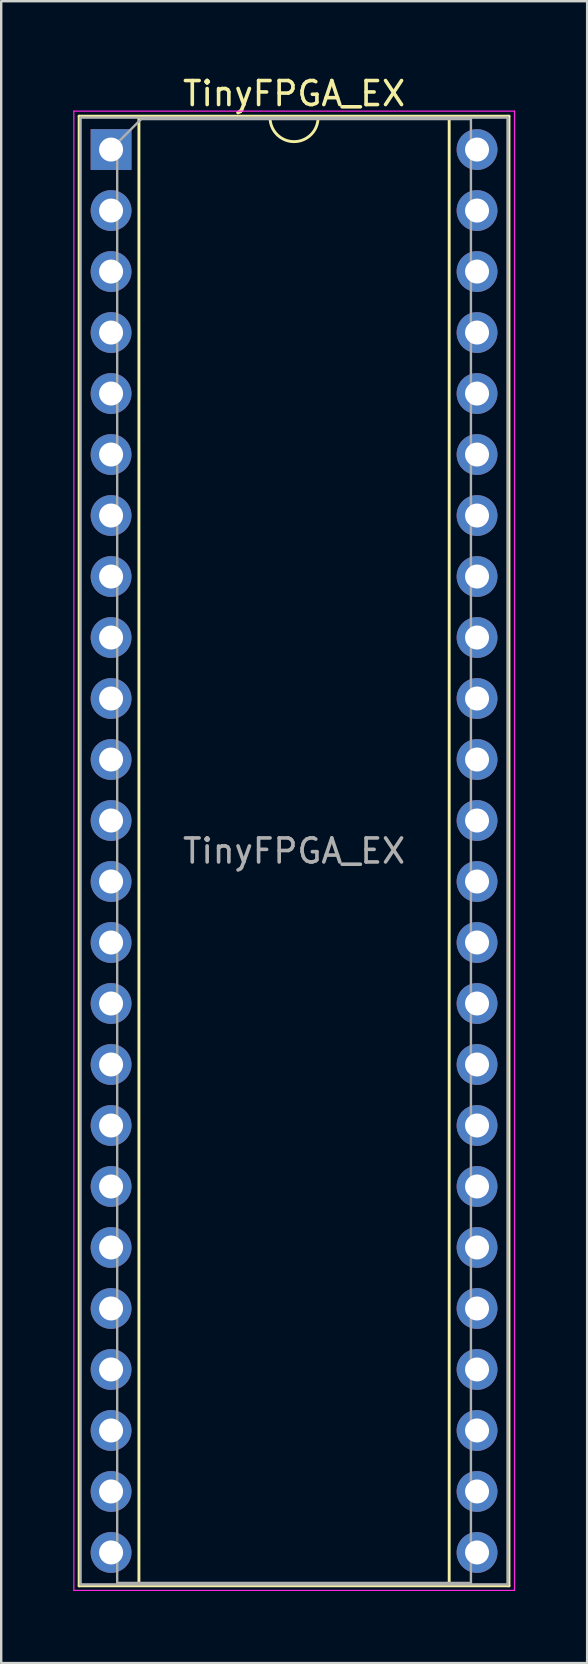
<source format=kicad_pcb>
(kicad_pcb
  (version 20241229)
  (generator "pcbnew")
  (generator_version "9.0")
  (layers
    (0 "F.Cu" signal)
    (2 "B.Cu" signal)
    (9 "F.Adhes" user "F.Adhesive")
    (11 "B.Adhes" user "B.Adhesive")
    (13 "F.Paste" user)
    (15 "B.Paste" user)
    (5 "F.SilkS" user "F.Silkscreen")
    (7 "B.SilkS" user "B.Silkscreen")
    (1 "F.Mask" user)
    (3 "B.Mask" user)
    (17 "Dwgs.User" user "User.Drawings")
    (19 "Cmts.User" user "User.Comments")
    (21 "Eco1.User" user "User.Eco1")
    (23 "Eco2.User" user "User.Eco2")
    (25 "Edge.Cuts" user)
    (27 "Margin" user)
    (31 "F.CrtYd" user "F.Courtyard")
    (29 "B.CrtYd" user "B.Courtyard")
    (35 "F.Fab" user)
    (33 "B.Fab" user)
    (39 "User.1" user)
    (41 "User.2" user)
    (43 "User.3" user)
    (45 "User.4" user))
  (footprint "TinyFPGA_EX"
    (layer "F.Cu")
    (at 1.575 3.178)
    (property "Reference" "TinyFPGA_EX" (at 7.62 -2.33 0) (layer "F.SilkS") (effects (font (size 1 1) (thickness 0.15))))
    (attr through_hole)
    (fp_line (start -1.33 -1.39) (end -1.33 59.81) (stroke (width 0.12) (type solid)) (layer "F.SilkS"))
    (fp_line (start -1.33 59.81) (end 16.57 59.81) (stroke (width 0.12) (type solid)) (layer "F.SilkS"))
    (fp_line (start 1.16 -1.33) (end 1.16 59.75) (stroke (width 0.12) (type solid)) (layer "F.SilkS"))
    (fp_line (start 1.16 59.75) (end 14.08 59.75) (stroke (width 0.12) (type solid)) (layer "F.SilkS"))
    (fp_line (start 6.62 -1.33) (end 1.16 -1.33) (stroke (width 0.12) (type solid)) (layer "F.SilkS"))
    (fp_line (start 14.08 -1.33) (end 8.62 -1.33) (stroke (width 0.12) (type solid)) (layer "F.SilkS"))
    (fp_line (start 14.08 59.75) (end 14.08 -1.33) (stroke (width 0.12) (type solid)) (layer "F.SilkS"))
    (fp_line (start 16.57 -1.39) (end -1.33 -1.39) (stroke (width 0.12) (type solid)) (layer "F.SilkS"))
    (fp_line (start 16.57 59.81) (end 16.57 -1.39) (stroke (width 0.12) (type solid)) (layer "F.SilkS"))
    (fp_arc (start 8.62 -1.33) (mid 7.62 -0.33) (end 6.62 -1.33) (stroke (width 0.12) (type solid)) (layer "F.SilkS"))
    (fp_line (start -1.55 -1.6) (end -1.55 60) (stroke (width 0.05) (type solid)) (layer "F.CrtYd"))
    (fp_line (start -1.55 60) (end 16.8 60) (stroke (width 0.05) (type solid)) (layer "F.CrtYd"))
    (fp_line (start 16.8 -1.6) (end -1.55 -1.6) (stroke (width 0.05) (type solid)) (layer "F.CrtYd"))
    (fp_line (start 16.8 60) (end 16.8 -1.6) (stroke (width 0.05) (type solid)) (layer "F.CrtYd"))
    (fp_line (start -1.27 -1.33) (end -1.27 59.75) (stroke (width 0.1) (type solid)) (layer "F.Fab"))
    (fp_line (start -1.27 59.75) (end 16.51 59.75) (stroke (width 0.1) (type solid)) (layer "F.Fab"))
    (fp_line (start 0.255 -0.27) (end 1.255 -1.27) (stroke (width 0.1) (type solid)) (layer "F.Fab"))
    (fp_line (start 0.255 59.69) (end 0.255 -0.27) (stroke (width 0.1) (type solid)) (layer "F.Fab"))
    (fp_line (start 1.255 -1.27) (end 14.985 -1.27) (stroke (width 0.1) (type solid)) (layer "F.Fab"))
    (fp_line (start 14.985 -1.27) (end 14.985 59.69) (stroke (width 0.1) (type solid)) (layer "F.Fab"))
    (fp_line (start 14.985 59.69) (end 0.255 59.69) (stroke (width 0.1) (type solid)) (layer "F.Fab"))
    (fp_line (start 16.51 -1.33) (end -1.27 -1.33) (stroke (width 0.1) (type solid)) (layer "F.Fab"))
    (fp_line (start 16.51 59.75) (end 16.51 -1.33) (stroke (width 0.1) (type solid)) (layer "F.Fab"))
    (fp_text user "${REFERENCE}" (at 7.62 29.21 0) (layer "F.Fab") (effects (font (size 1 1) (thickness 0.15))))
    (pad "1" thru_hole rect (at 0 0) (size 1.7 1.7) (drill 1) (layers "*.Cu" "*.Mask"))
    (pad "2" thru_hole oval (at 0 2.54) (size 1.7 1.7) (drill 1) (layers "*.Cu" "*.Mask"))
    (pad "3" thru_hole oval (at 0 5.08) (size 1.7 1.7) (drill 1) (layers "*.Cu" "*.Mask"))
    (pad "4" thru_hole oval (at 0 7.62) (size 1.7 1.7) (drill 1) (layers "*.Cu" "*.Mask"))
    (pad "5" thru_hole oval (at 0 10.16) (size 1.7 1.7) (drill 1) (layers "*.Cu" "*.Mask"))
    (pad "6" thru_hole oval (at 0 12.7) (size 1.7 1.7) (drill 1) (layers "*.Cu" "*.Mask"))
    (pad "7" thru_hole oval (at 0 15.24) (size 1.7 1.7) (drill 1) (layers "*.Cu" "*.Mask"))
    (pad "8" thru_hole oval (at 0 17.78) (size 1.7 1.7) (drill 1) (layers "*.Cu" "*.Mask"))
    (pad "9" thru_hole oval (at 0 20.32) (size 1.7 1.7) (drill 1) (layers "*.Cu" "*.Mask"))
    (pad "10" thru_hole oval (at 0 22.86) (size 1.7 1.7) (drill 1) (layers "*.Cu" "*.Mask"))
    (pad "11" thru_hole oval (at 0 25.4) (size 1.7 1.7) (drill 1) (layers "*.Cu" "*.Mask"))
    (pad "12" thru_hole oval (at 0 27.94) (size 1.7 1.7) (drill 1) (layers "*.Cu" "*.Mask"))
    (pad "13" thru_hole oval (at 0 30.48) (size 1.7 1.7) (drill 1) (layers "*.Cu" "*.Mask"))
    (pad "14" thru_hole oval (at 0 33.02) (size 1.7 1.7) (drill 1) (layers "*.Cu" "*.Mask"))
    (pad "15" thru_hole oval (at 0 35.56) (size 1.7 1.7) (drill 1) (layers "*.Cu" "*.Mask"))
    (pad "16" thru_hole oval (at 0 38.1) (size 1.7 1.7) (drill 1) (layers "*.Cu" "*.Mask"))
    (pad "17" thru_hole oval (at 0 40.64) (size 1.7 1.7) (drill 1) (layers "*.Cu" "*.Mask"))
    (pad "18" thru_hole oval (at 0 43.18) (size 1.7 1.7) (drill 1) (layers "*.Cu" "*.Mask"))
    (pad "19" thru_hole oval (at 0 45.72) (size 1.7 1.7) (drill 1) (layers "*.Cu" "*.Mask"))
    (pad "20" thru_hole oval (at 0 48.26) (size 1.7 1.7) (drill 1) (layers "*.Cu" "*.Mask"))
    (pad "21" thru_hole oval (at 0 50.8) (size 1.7 1.7) (drill 1) (layers "*.Cu" "*.Mask"))
    (pad "22" thru_hole oval (at 0 53.34) (size 1.7 1.7) (drill 1) (layers "*.Cu" "*.Mask"))
    (pad "23" thru_hole oval (at 0 55.88) (size 1.7 1.7) (drill 1) (layers "*.Cu" "*.Mask"))
    (pad "24" thru_hole oval (at 0 58.42) (size 1.7 1.7) (drill 1) (layers "*.Cu" "*.Mask"))
    (pad "25" thru_hole oval (at 15.24 58.42) (size 1.7 1.7) (drill 1) (layers "*.Cu" "*.Mask"))
    (pad "26" thru_hole oval (at 15.24 55.88) (size 1.7 1.7) (drill 1) (layers "*.Cu" "*.Mask"))
    (pad "27" thru_hole oval (at 15.24 53.34) (size 1.7 1.7) (drill 1) (layers "*.Cu" "*.Mask"))
    (pad "28" thru_hole oval (at 15.24 50.8) (size 1.7 1.7) (drill 1) (layers "*.Cu" "*.Mask"))
    (pad "29" thru_hole oval (at 15.24 48.26) (size 1.7 1.7) (drill 1) (layers "*.Cu" "*.Mask"))
    (pad "30" thru_hole oval (at 15.24 45.72) (size 1.7 1.7) (drill 1) (layers "*.Cu" "*.Mask"))
    (pad "31" thru_hole oval (at 15.24 43.18) (size 1.7 1.7) (drill 1) (layers "*.Cu" "*.Mask"))
    (pad "32" thru_hole oval (at 15.24 40.64) (size 1.7 1.7) (drill 1) (layers "*.Cu" "*.Mask"))
    (pad "33" thru_hole oval (at 15.24 38.1) (size 1.7 1.7) (drill 1) (layers "*.Cu" "*.Mask"))
    (pad "34" thru_hole oval (at 15.24 35.56) (size 1.7 1.7) (drill 1) (layers "*.Cu" "*.Mask"))
    (pad "35" thru_hole oval (at 15.24 33.02) (size 1.7 1.7) (drill 1) (layers "*.Cu" "*.Mask"))
    (pad "36" thru_hole oval (at 15.24 30.48) (size 1.7 1.7) (drill 1) (layers "*.Cu" "*.Mask"))
    (pad "37" thru_hole oval (at 15.24 27.94) (size 1.7 1.7) (drill 1) (layers "*.Cu" "*.Mask"))
    (pad "38" thru_hole oval (at 15.24 25.4) (size 1.7 1.7) (drill 1) (layers "*.Cu" "*.Mask"))
    (pad "39" thru_hole oval (at 15.24 22.86) (size 1.7 1.7) (drill 1) (layers "*.Cu" "*.Mask"))
    (pad "40" thru_hole oval (at 15.24 20.32) (size 1.7 1.7) (drill 1) (layers "*.Cu" "*.Mask"))
    (pad "41" thru_hole oval (at 15.24 17.78) (size 1.7 1.7) (drill 1) (layers "*.Cu" "*.Mask"))
    (pad "42" thru_hole oval (at 15.24 15.24) (size 1.7 1.7) (drill 1) (layers "*.Cu" "*.Mask"))
    (pad "43" thru_hole oval (at 15.24 12.7) (size 1.7 1.7) (drill 1) (layers "*.Cu" "*.Mask"))
    (pad "44" thru_hole oval (at 15.24 10.16) (size 1.7 1.7) (drill 1) (layers "*.Cu" "*.Mask"))
    (pad "45" thru_hole oval (at 15.24 7.62) (size 1.7 1.7) (drill 1) (layers "*.Cu" "*.Mask"))
    (pad "46" thru_hole oval (at 15.24 5.08) (size 1.7 1.7) (drill 1) (layers "*.Cu" "*.Mask"))
    (pad "47" thru_hole oval (at 15.24 2.54) (size 1.7 1.7) (drill 1) (layers "*.Cu" "*.Mask"))
    (pad "48" thru_hole oval (at 15.24 0) (size 1.7 1.7) (drill 1) (layers "*.Cu" "*.Mask")))
  (gr_rect
    (start -3 -3)
    (end 21.4 66.203)
    (stroke (width 0.1) (type default))
    (fill no)
    (layer "Edge.Cuts")))
</source>
